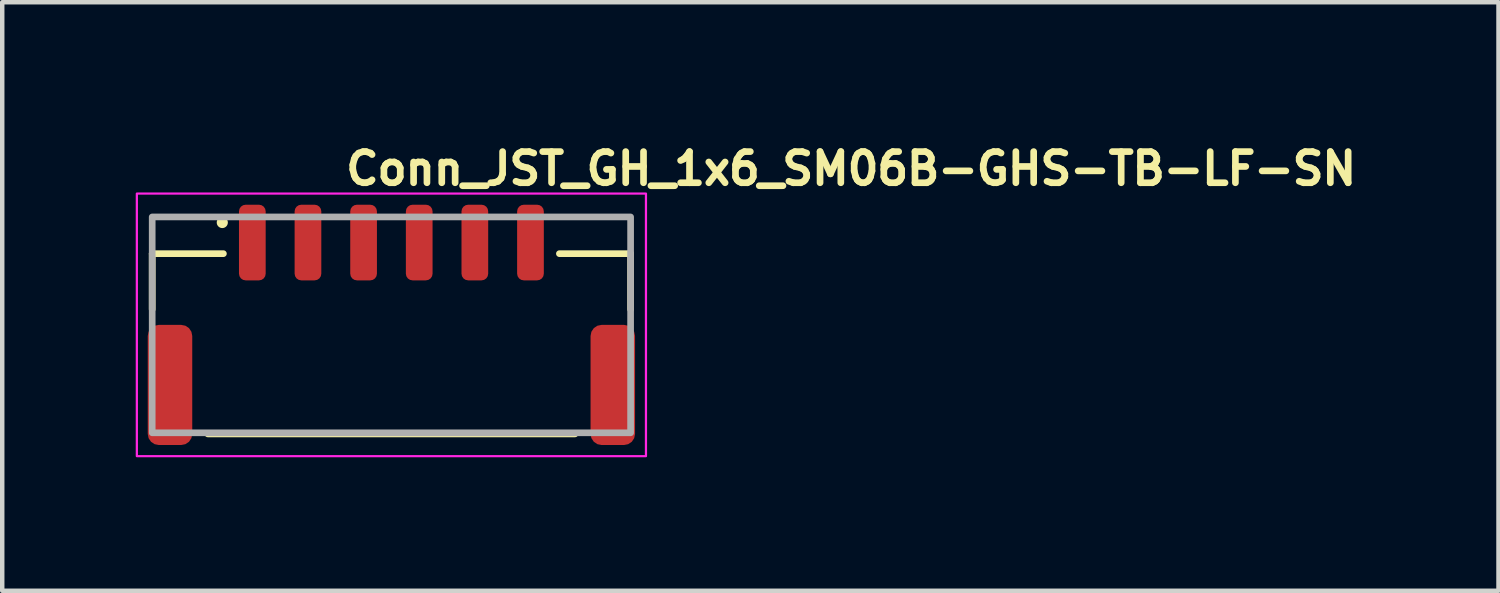
<source format=kicad_pcb>
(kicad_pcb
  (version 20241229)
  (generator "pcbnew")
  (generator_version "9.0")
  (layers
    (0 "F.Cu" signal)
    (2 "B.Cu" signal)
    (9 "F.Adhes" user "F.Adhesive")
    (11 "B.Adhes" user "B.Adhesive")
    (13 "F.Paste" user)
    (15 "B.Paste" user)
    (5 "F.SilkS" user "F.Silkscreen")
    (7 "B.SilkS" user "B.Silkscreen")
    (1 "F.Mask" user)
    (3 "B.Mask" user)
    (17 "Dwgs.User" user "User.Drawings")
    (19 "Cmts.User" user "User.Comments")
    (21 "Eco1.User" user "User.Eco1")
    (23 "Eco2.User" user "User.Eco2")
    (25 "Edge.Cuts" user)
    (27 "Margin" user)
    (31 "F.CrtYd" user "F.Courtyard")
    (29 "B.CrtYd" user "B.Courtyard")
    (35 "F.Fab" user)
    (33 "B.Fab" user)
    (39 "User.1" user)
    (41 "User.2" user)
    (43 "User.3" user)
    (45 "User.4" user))
  (footprint "Conn_JST_GH_1x6_SM06B-GHS-TB-LF-SN"
    (layer "F.Cu")
    (at 5.745 4.25)
    (property "Reference" "Conn_JST_GH_1x6_SM06B-GHS-TB-LF-SN" (at -1.1 -3.1 0) (layer "F.SilkS") (effects (font (size 0.7 0.7) (thickness 0.15)) (justify left bottom)))
    (attr smd)
    (fp_line (start -5.375 -1.6) (end -5.375 -0.35) (stroke (width 0.15) (type solid)) (layer "F.SilkS"))
    (fp_line (start -5.375 -1.6) (end -3.775 -1.6) (stroke (width 0.15) (type solid)) (layer "F.SilkS"))
    (fp_line (start -4.125 2.45) (end 4.125 2.45) (stroke (width 0.15) (type solid)) (layer "F.SilkS"))
    (fp_line (start 5.375 -1.6) (end 3.775 -1.6) (stroke (width 0.15) (type solid)) (layer "F.SilkS"))
    (fp_line (start 5.375 -1.6) (end 5.375 -0.35) (stroke (width 0.15) (type solid)) (layer "F.SilkS"))
    (fp_circle (center -3.8 -2.3) (end -3.75 -2.3) (stroke (width 0.15) (type solid)) (fill yes) (layer "F.SilkS"))
    (fp_rect (start -5.72 -2.95) (end 5.72 2.95) (stroke (width 0.05) (type solid)) (fill no) (layer "F.CrtYd"))
    (fp_rect (start -5.375 -2.425) (end 5.375 2.425) (stroke (width 0.15) (type solid)) (fill no) (layer "F.Fab"))
    (fp_rect (start -5.375 -2.425) (end 5.375 2.425) (stroke (width 0.1) (type solid)) (fill no) (layer "User.5"))
    (fp_line (start -5.375 -1.625) (end -5.375 -0.935) (stroke (width 0.02) (type solid)) (layer "User.9"))
    (fp_line (start -5.375 -0.935) (end -5.375 0.495) (stroke (width 0.02) (type solid)) (layer "User.9"))
    (fp_line (start -5.375 0.495) (end -5.375 2.425) (stroke (width 0.02) (type solid)) (layer "User.9"))
    (fp_line (start -4.875 -1.325) (end -4.875 0.495) (stroke (width 0.02) (type solid)) (layer "User.9"))
    (fp_line (start -4.875 -0.935) (end -5.375 -0.935) (stroke (width 0.02) (type solid)) (layer "User.9"))
    (fp_line (start -4.836 2.425) (end -5.375 2.425) (stroke (width 0.02) (type solid)) (layer "User.9"))
    (fp_line (start -4.836 2.425) (end -4.449 1.755) (stroke (width 0.02) (type solid)) (layer "User.9"))
    (fp_line (start -4.515 -1.625) (end -5.375 -1.625) (stroke (width 0.02) (type solid)) (layer "User.9"))
    (fp_line (start -4.515 -1.625) (end -4.515 0.495) (stroke (width 0.02) (type solid)) (layer "User.9"))
    (fp_line (start -4.515 -1.325) (end -4.875 -1.325) (stroke (width 0.02) (type solid)) (layer "User.9"))
    (fp_line (start -4.515 0.495) (end -5.375 0.495) (stroke (width 0.02) (type solid)) (layer "User.9"))
    (fp_line (start -4.449 1.755) (end -4.063 2.425) (stroke (width 0.02) (type solid)) (layer "User.9"))
    (fp_line (start -4.063 2.425) (end -4.836 2.425) (stroke (width 0.02) (type solid)) (layer "User.9"))
    (fp_line (start -4.063 2.425) (end 5.375 2.425) (stroke (width 0.02) (type solid)) (layer "User.9"))
    (fp_line (start -3.225 -2.425) (end -3.025 -2.425) (stroke (width 0.02) (type solid)) (layer "User.9"))
    (fp_line (start -3.225 -1.925) (end -3.225 -2.425) (stroke (width 0.02) (type solid)) (layer "User.9"))
    (fp_line (start -3.225 -1.925) (end -3.025 -1.925) (stroke (width 0.02) (type solid)) (layer "User.9"))
    (fp_line (start -3.225 -1.891) (end -3.225 -1.925) (stroke (width 0.02) (type solid)) (layer "User.9"))
    (fp_line (start -3.225 -1.858) (end -3.225 -1.891) (stroke (width 0.02) (type solid)) (layer "User.9"))
    (fp_line (start -3.225 -1.826) (end -3.225 -1.858) (stroke (width 0.02) (type solid)) (layer "User.9"))
    (fp_line (start -3.225 -1.795) (end -3.225 -1.826) (stroke (width 0.02) (type solid)) (layer "User.9"))
    (fp_line (start -3.225 -1.765) (end -3.225 -1.795) (stroke (width 0.02) (type solid)) (layer "User.9"))
    (fp_line (start -3.225 -1.738) (end -3.225 -1.765) (stroke (width 0.02) (type solid)) (layer "User.9"))
    (fp_line (start -3.225 -1.713) (end -3.225 -1.738) (stroke (width 0.02) (type solid)) (layer "User.9"))
    (fp_line (start -3.225 -1.69) (end -3.225 -1.713) (stroke (width 0.02) (type solid)) (layer "User.9"))
    (fp_line (start -3.225 -1.671) (end -3.225 -1.69) (stroke (width 0.02) (type solid)) (layer "User.9"))
    (fp_line (start -3.225 -1.655) (end -3.225 -1.671) (stroke (width 0.02) (type solid)) (layer "User.9"))
    (fp_line (start -3.225 -1.642) (end -3.225 -1.655) (stroke (width 0.02) (type solid)) (layer "User.9"))
    (fp_line (start -3.225 -1.633) (end -3.225 -1.642) (stroke (width 0.02) (type solid)) (layer "User.9"))
    (fp_line (start -3.225 -1.627) (end -3.225 -1.633) (stroke (width 0.02) (type solid)) (layer "User.9"))
    (fp_line (start -3.225 -1.625) (end -3.225 -1.627) (stroke (width 0.02) (type solid)) (layer "User.9"))
    (fp_line (start -3.025 -1.925) (end -3.025 -2.425) (stroke (width 0.02) (type solid)) (layer "User.9"))
    (fp_line (start -3.025 -1.925) (end -3.025 -1.891) (stroke (width 0.02) (type solid)) (layer "User.9"))
    (fp_line (start -3.025 -1.891) (end -3.025 -1.858) (stroke (width 0.02) (type solid)) (layer "User.9"))
    (fp_line (start -3.025 -1.858) (end -3.025 -1.826) (stroke (width 0.02) (type solid)) (layer "User.9"))
    (fp_line (start -3.025 -1.826) (end -3.025 -1.795) (stroke (width 0.02) (type solid)) (layer "User.9"))
    (fp_line (start -3.025 -1.795) (end -3.025 -1.765) (stroke (width 0.02) (type solid)) (layer "User.9"))
    (fp_line (start -3.025 -1.765) (end -3.025 -1.738) (stroke (width 0.02) (type solid)) (layer "User.9"))
    (fp_line (start -3.025 -1.738) (end -3.025 -1.713) (stroke (width 0.02) (type solid)) (layer "User.9"))
    (fp_line (start -3.025 -1.713) (end -3.025 -1.69) (stroke (width 0.02) (type solid)) (layer "User.9"))
    (fp_line (start -3.025 -1.69) (end -3.025 -1.671) (stroke (width 0.02) (type solid)) (layer "User.9"))
    (fp_line (start -3.025 -1.671) (end -3.025 -1.655) (stroke (width 0.02) (type solid)) (layer "User.9"))
    (fp_line (start -3.025 -1.655) (end -3.025 -1.642) (stroke (width 0.02) (type solid)) (layer "User.9"))
    (fp_line (start -3.025 -1.642) (end -3.025 -1.633) (stroke (width 0.02) (type solid)) (layer "User.9"))
    (fp_line (start -3.025 -1.633) (end -3.025 -1.627) (stroke (width 0.02) (type solid)) (layer "User.9"))
    (fp_line (start -3.025 -1.627) (end -3.025 -1.625) (stroke (width 0.02) (type solid)) (layer "User.9"))
    (fp_line (start -1.975 -2.425) (end -1.975 -1.925) (stroke (width 0.02) (type solid)) (layer "User.9"))
    (fp_line (start -1.975 -1.925) (end -1.775 -1.925) (stroke (width 0.02) (type solid)) (layer "User.9"))
    (fp_line (start -1.975 -1.891) (end -1.975 -1.925) (stroke (width 0.02) (type solid)) (layer "User.9"))
    (fp_line (start -1.975 -1.858) (end -1.975 -1.891) (stroke (width 0.02) (type solid)) (layer "User.9"))
    (fp_line (start -1.975 -1.826) (end -1.975 -1.858) (stroke (width 0.02) (type solid)) (layer "User.9"))
    (fp_line (start -1.975 -1.795) (end -1.975 -1.826) (stroke (width 0.02) (type solid)) (layer "User.9"))
    (fp_line (start -1.975 -1.765) (end -1.975 -1.795) (stroke (width 0.02) (type solid)) (layer "User.9"))
    (fp_line (start -1.975 -1.738) (end -1.975 -1.765) (stroke (width 0.02) (type solid)) (layer "User.9"))
    (fp_line (start -1.975 -1.713) (end -1.975 -1.738) (stroke (width 0.02) (type solid)) (layer "User.9"))
    (fp_line (start -1.975 -1.69) (end -1.975 -1.713) (stroke (width 0.02) (type solid)) (layer "User.9"))
    (fp_line (start -1.975 -1.671) (end -1.975 -1.69) (stroke (width 0.02) (type solid)) (layer "User.9"))
    (fp_line (start -1.975 -1.655) (end -1.975 -1.671) (stroke (width 0.02) (type solid)) (layer "User.9"))
    (fp_line (start -1.975 -1.642) (end -1.975 -1.655) (stroke (width 0.02) (type solid)) (layer "User.9"))
    (fp_line (start -1.975 -1.633) (end -1.975 -1.642) (stroke (width 0.02) (type solid)) (layer "User.9"))
    (fp_line (start -1.975 -1.627) (end -1.975 -1.633) (stroke (width 0.02) (type solid)) (layer "User.9"))
    (fp_line (start -1.975 -1.625) (end -1.975 -1.627) (stroke (width 0.02) (type solid)) (layer "User.9"))
    (fp_line (start -1.775 -2.425) (end -1.975 -2.425) (stroke (width 0.02) (type solid)) (layer "User.9"))
    (fp_line (start -1.775 -2.425) (end -1.775 -1.925) (stroke (width 0.02) (type solid)) (layer "User.9"))
    (fp_line (start -1.775 -1.925) (end -1.775 -1.891) (stroke (width 0.02) (type solid)) (layer "User.9"))
    (fp_line (start -1.775 -1.891) (end -1.775 -1.858) (stroke (width 0.02) (type solid)) (layer "User.9"))
    (fp_line (start -1.775 -1.858) (end -1.775 -1.826) (stroke (width 0.02) (type solid)) (layer "User.9"))
    (fp_line (start -1.775 -1.826) (end -1.775 -1.795) (stroke (width 0.02) (type solid)) (layer "User.9"))
    (fp_line (start -1.775 -1.795) (end -1.775 -1.765) (stroke (width 0.02) (type solid)) (layer "User.9"))
    (fp_line (start -1.775 -1.765) (end -1.775 -1.738) (stroke (width 0.02) (type solid)) (layer "User.9"))
    (fp_line (start -1.775 -1.738) (end -1.775 -1.713) (stroke (width 0.02) (type solid)) (layer "User.9"))
    (fp_line (start -1.775 -1.713) (end -1.775 -1.69) (stroke (width 0.02) (type solid)) (layer "User.9"))
    (fp_line (start -1.775 -1.69) (end -1.775 -1.671) (stroke (width 0.02) (type solid)) (layer "User.9"))
    (fp_line (start -1.775 -1.671) (end -1.775 -1.655) (stroke (width 0.02) (type solid)) (layer "User.9"))
    (fp_line (start -1.775 -1.655) (end -1.775 -1.642) (stroke (width 0.02) (type solid)) (layer "User.9"))
    (fp_line (start -1.775 -1.642) (end -1.775 -1.633) (stroke (width 0.02) (type solid)) (layer "User.9"))
    (fp_line (start -1.775 -1.633) (end -1.775 -1.627) (stroke (width 0.02) (type solid)) (layer "User.9"))
    (fp_line (start -1.775 -1.627) (end -1.775 -1.625) (stroke (width 0.02) (type solid)) (layer "User.9"))
    (fp_line (start -0.725 -2.425) (end -0.525 -2.425) (stroke (width 0.02) (type solid)) (layer "User.9"))
    (fp_line (start -0.725 -1.925) (end -0.725 -2.425) (stroke (width 0.02) (type solid)) (layer "User.9"))
    (fp_line (start -0.725 -1.925) (end -0.525 -1.925) (stroke (width 0.02) (type solid)) (layer "User.9"))
    (fp_line (start -0.725 -1.891) (end -0.725 -1.925) (stroke (width 0.02) (type solid)) (layer "User.9"))
    (fp_line (start -0.725 -1.858) (end -0.725 -1.891) (stroke (width 0.02) (type solid)) (layer "User.9"))
    (fp_line (start -0.725 -1.826) (end -0.725 -1.858) (stroke (width 0.02) (type solid)) (layer "User.9"))
    (fp_line (start -0.725 -1.795) (end -0.725 -1.826) (stroke (width 0.02) (type solid)) (layer "User.9"))
    (fp_line (start -0.725 -1.765) (end -0.725 -1.795) (stroke (width 0.02) (type solid)) (layer "User.9"))
    (fp_line (start -0.725 -1.738) (end -0.725 -1.765) (stroke (width 0.02) (type solid)) (layer "User.9"))
    (fp_line (start -0.725 -1.713) (end -0.725 -1.738) (stroke (width 0.02) (type solid)) (layer "User.9"))
    (fp_line (start -0.725 -1.69) (end -0.725 -1.713) (stroke (width 0.02) (type solid)) (layer "User.9"))
    (fp_line (start -0.725 -1.671) (end -0.725 -1.69) (stroke (width 0.02) (type solid)) (layer "User.9"))
    (fp_line (start -0.725 -1.655) (end -0.725 -1.671) (stroke (width 0.02) (type solid)) (layer "User.9"))
    (fp_line (start -0.725 -1.642) (end -0.725 -1.655) (stroke (width 0.02) (type solid)) (layer "User.9"))
    (fp_line (start -0.725 -1.633) (end -0.725 -1.642) (stroke (width 0.02) (type solid)) (layer "User.9"))
    (fp_line (start -0.725 -1.627) (end -0.725 -1.633) (stroke (width 0.02) (type solid)) (layer "User.9"))
    (fp_line (start -0.725 -1.625) (end -0.725 -1.627) (stroke (width 0.02) (type solid)) (layer "User.9"))
    (fp_line (start -0.525 -1.925) (end -0.525 -2.425) (stroke (width 0.02) (type solid)) (layer "User.9"))
    (fp_line (start -0.525 -1.925) (end -0.525 -1.891) (stroke (width 0.02) (type solid)) (layer "User.9"))
    (fp_line (start -0.525 -1.891) (end -0.525 -1.858) (stroke (width 0.02) (type solid)) (layer "User.9"))
    (fp_line (start -0.525 -1.858) (end -0.525 -1.826) (stroke (width 0.02) (type solid)) (layer "User.9"))
    (fp_line (start -0.525 -1.826) (end -0.525 -1.795) (stroke (width 0.02) (type solid)) (layer "User.9"))
    (fp_line (start -0.525 -1.795) (end -0.525 -1.765) (stroke (width 0.02) (type solid)) (layer "User.9"))
    (fp_line (start -0.525 -1.765) (end -0.525 -1.738) (stroke (width 0.02) (type solid)) (layer "User.9"))
    (fp_line (start -0.525 -1.738) (end -0.525 -1.713) (stroke (width 0.02) (type solid)) (layer "User.9"))
    (fp_line (start -0.525 -1.713) (end -0.525 -1.69) (stroke (width 0.02) (type solid)) (layer "User.9"))
    (fp_line (start -0.525 -1.69) (end -0.525 -1.671) (stroke (width 0.02) (type solid)) (layer "User.9"))
    (fp_line (start -0.525 -1.671) (end -0.525 -1.655) (stroke (width 0.02) (type solid)) (layer "User.9"))
    (fp_line (start -0.525 -1.655) (end -0.525 -1.642) (stroke (width 0.02) (type solid)) (layer "User.9"))
    (fp_line (start -0.525 -1.642) (end -0.525 -1.633) (stroke (width 0.02) (type solid)) (layer "User.9"))
    (fp_line (start -0.525 -1.633) (end -0.525 -1.627) (stroke (width 0.02) (type solid)) (layer "User.9"))
    (fp_line (start -0.525 -1.627) (end -0.525 -1.625) (stroke (width 0.02) (type solid)) (layer "User.9"))
    (fp_line (start 0.525 -2.425) (end 0.725 -2.425) (stroke (width 0.02) (type solid)) (layer "User.9"))
    (fp_line (start 0.525 -1.925) (end 0.525 -2.425) (stroke (width 0.02) (type solid)) (layer "User.9"))
    (fp_line (start 0.525 -1.925) (end 0.725 -1.925) (stroke (width 0.02) (type solid)) (layer "User.9"))
    (fp_line (start 0.525 -1.891) (end 0.525 -1.925) (stroke (width 0.02) (type solid)) (layer "User.9"))
    (fp_line (start 0.525 -1.858) (end 0.525 -1.891) (stroke (width 0.02) (type solid)) (layer "User.9"))
    (fp_line (start 0.525 -1.826) (end 0.525 -1.858) (stroke (width 0.02) (type solid)) (layer "User.9"))
    (fp_line (start 0.525 -1.795) (end 0.525 -1.826) (stroke (width 0.02) (type solid)) (layer "User.9"))
    (fp_line (start 0.525 -1.765) (end 0.525 -1.795) (stroke (width 0.02) (type solid)) (layer "User.9"))
    (fp_line (start 0.525 -1.738) (end 0.525 -1.765) (stroke (width 0.02) (type solid)) (layer "User.9"))
    (fp_line (start 0.525 -1.713) (end 0.525 -1.738) (stroke (width 0.02) (type solid)) (layer "User.9"))
    (fp_line (start 0.525 -1.69) (end 0.525 -1.713) (stroke (width 0.02) (type solid)) (layer "User.9"))
    (fp_line (start 0.525 -1.671) (end 0.525 -1.69) (stroke (width 0.02) (type solid)) (layer "User.9"))
    (fp_line (start 0.525 -1.655) (end 0.525 -1.671) (stroke (width 0.02) (type solid)) (layer "User.9"))
    (fp_line (start 0.525 -1.642) (end 0.525 -1.655) (stroke (width 0.02) (type solid)) (layer "User.9"))
    (fp_line (start 0.525 -1.633) (end 0.525 -1.642) (stroke (width 0.02) (type solid)) (layer "User.9"))
    (fp_line (start 0.525 -1.627) (end 0.525 -1.633) (stroke (width 0.02) (type solid)) (layer "User.9"))
    (fp_line (start 0.525 -1.625) (end 0.525 -1.627) (stroke (width 0.02) (type solid)) (layer "User.9"))
    (fp_line (start 0.725 -1.925) (end 0.725 -2.425) (stroke (width 0.02) (type solid)) (layer "User.9"))
    (fp_line (start 0.725 -1.925) (end 0.725 -1.891) (stroke (width 0.02) (type solid)) (layer "User.9"))
    (fp_line (start 0.725 -1.891) (end 0.725 -1.858) (stroke (width 0.02) (type solid)) (layer "User.9"))
    (fp_line (start 0.725 -1.858) (end 0.725 -1.826) (stroke (width 0.02) (type solid)) (layer "User.9"))
    (fp_line (start 0.725 -1.826) (end 0.725 -1.795) (stroke (width 0.02) (type solid)) (layer "User.9"))
    (fp_line (start 0.725 -1.795) (end 0.725 -1.765) (stroke (width 0.02) (type solid)) (layer "User.9"))
    (fp_line (start 0.725 -1.765) (end 0.725 -1.738) (stroke (width 0.02) (type solid)) (layer "User.9"))
    (fp_line (start 0.725 -1.738) (end 0.725 -1.713) (stroke (width 0.02) (type solid)) (layer "User.9"))
    (fp_line (start 0.725 -1.713) (end 0.725 -1.69) (stroke (width 0.02) (type solid)) (layer "User.9"))
    (fp_line (start 0.725 -1.69) (end 0.725 -1.671) (stroke (width 0.02) (type solid)) (layer "User.9"))
    (fp_line (start 0.725 -1.671) (end 0.725 -1.655) (stroke (width 0.02) (type solid)) (layer "User.9"))
    (fp_line (start 0.725 -1.655) (end 0.725 -1.642) (stroke (width 0.02) (type solid)) (layer "User.9"))
    (fp_line (start 0.725 -1.642) (end 0.725 -1.633) (stroke (width 0.02) (type solid)) (layer "User.9"))
    (fp_line (start 0.725 -1.633) (end 0.725 -1.627) (stroke (width 0.02) (type solid)) (layer "User.9"))
    (fp_line (start 0.725 -1.627) (end 0.725 -1.625) (stroke (width 0.02) (type solid)) (layer "User.9"))
    (fp_line (start 1.775 -2.425) (end 1.775 -1.925) (stroke (width 0.02) (type solid)) (layer "User.9"))
    (fp_line (start 1.775 -1.925) (end 1.975 -1.925) (stroke (width 0.02) (type solid)) (layer "User.9"))
    (fp_line (start 1.775 -1.891) (end 1.775 -1.925) (stroke (width 0.02) (type solid)) (layer "User.9"))
    (fp_line (start 1.775 -1.858) (end 1.775 -1.891) (stroke (width 0.02) (type solid)) (layer "User.9"))
    (fp_line (start 1.775 -1.826) (end 1.775 -1.858) (stroke (width 0.02) (type solid)) (layer "User.9"))
    (fp_line (start 1.775 -1.795) (end 1.775 -1.826) (stroke (width 0.02) (type solid)) (layer "User.9"))
    (fp_line (start 1.775 -1.765) (end 1.775 -1.795) (stroke (width 0.02) (type solid)) (layer "User.9"))
    (fp_line (start 1.775 -1.738) (end 1.775 -1.765) (stroke (width 0.02) (type solid)) (layer "User.9"))
    (fp_line (start 1.775 -1.713) (end 1.775 -1.738) (stroke (width 0.02) (type solid)) (layer "User.9"))
    (fp_line (start 1.775 -1.69) (end 1.775 -1.713) (stroke (width 0.02) (type solid)) (layer "User.9"))
    (fp_line (start 1.775 -1.671) (end 1.775 -1.69) (stroke (width 0.02) (type solid)) (layer "User.9"))
    (fp_line (start 1.775 -1.655) (end 1.775 -1.671) (stroke (width 0.02) (type solid)) (layer "User.9"))
    (fp_line (start 1.775 -1.642) (end 1.775 -1.655) (stroke (width 0.02) (type solid)) (layer "User.9"))
    (fp_line (start 1.775 -1.633) (end 1.775 -1.642) (stroke (width 0.02) (type solid)) (layer "User.9"))
    (fp_line (start 1.775 -1.627) (end 1.775 -1.633) (stroke (width 0.02) (type solid)) (layer "User.9"))
    (fp_line (start 1.775 -1.625) (end 1.775 -1.627) (stroke (width 0.02) (type solid)) (layer "User.9"))
    (fp_line (start 1.975 -2.425) (end 1.775 -2.425) (stroke (width 0.02) (type solid)) (layer "User.9"))
    (fp_line (start 1.975 -2.425) (end 1.975 -1.925) (stroke (width 0.02) (type solid)) (layer "User.9"))
    (fp_line (start 1.975 -1.925) (end 1.975 -1.891) (stroke (width 0.02) (type solid)) (layer "User.9"))
    (fp_line (start 1.975 -1.891) (end 1.975 -1.858) (stroke (width 0.02) (type solid)) (layer "User.9"))
    (fp_line (start 1.975 -1.858) (end 1.975 -1.826) (stroke (width 0.02) (type solid)) (layer "User.9"))
    (fp_line (start 1.975 -1.826) (end 1.975 -1.795) (stroke (width 0.02) (type solid)) (layer "User.9"))
    (fp_line (start 1.975 -1.795) (end 1.975 -1.765) (stroke (width 0.02) (type solid)) (layer "User.9"))
    (fp_line (start 1.975 -1.765) (end 1.975 -1.738) (stroke (width 0.02) (type solid)) (layer "User.9"))
    (fp_line (start 1.975 -1.738) (end 1.975 -1.713) (stroke (width 0.02) (type solid)) (layer "User.9"))
    (fp_line (start 1.975 -1.713) (end 1.975 -1.69) (stroke (width 0.02) (type solid)) (layer "User.9"))
    (fp_line (start 1.975 -1.69) (end 1.975 -1.671) (stroke (width 0.02) (type solid)) (layer "User.9"))
    (fp_line (start 1.975 -1.671) (end 1.975 -1.655) (stroke (width 0.02) (type solid)) (layer "User.9"))
    (fp_line (start 1.975 -1.655) (end 1.975 -1.642) (stroke (width 0.02) (type solid)) (layer "User.9"))
    (fp_line (start 1.975 -1.642) (end 1.975 -1.633) (stroke (width 0.02) (type solid)) (layer "User.9"))
    (fp_line (start 1.975 -1.633) (end 1.975 -1.627) (stroke (width 0.02) (type solid)) (layer "User.9"))
    (fp_line (start 1.975 -1.627) (end 1.975 -1.625) (stroke (width 0.02) (type solid)) (layer "User.9"))
    (fp_line (start 3.025 -2.425) (end 3.225 -2.425) (stroke (width 0.02) (type solid)) (layer "User.9"))
    (fp_line (start 3.025 -1.925) (end 3.025 -2.425) (stroke (width 0.02) (type solid)) (layer "User.9"))
    (fp_line (start 3.025 -1.925) (end 3.225 -1.925) (stroke (width 0.02) (type solid)) (layer "User.9"))
    (fp_line (start 3.025 -1.891) (end 3.025 -1.925) (stroke (width 0.02) (type solid)) (layer "User.9"))
    (fp_line (start 3.025 -1.858) (end 3.025 -1.891) (stroke (width 0.02) (type solid)) (layer "User.9"))
    (fp_line (start 3.025 -1.826) (end 3.025 -1.858) (stroke (width 0.02) (type solid)) (layer "User.9"))
    (fp_line (start 3.025 -1.795) (end 3.025 -1.826) (stroke (width 0.02) (type solid)) (layer "User.9"))
    (fp_line (start 3.025 -1.765) (end 3.025 -1.795) (stroke (width 0.02) (type solid)) (layer "User.9"))
    (fp_line (start 3.025 -1.738) (end 3.025 -1.765) (stroke (width 0.02) (type solid)) (layer "User.9"))
    (fp_line (start 3.025 -1.713) (end 3.025 -1.738) (stroke (width 0.02) (type solid)) (layer "User.9"))
    (fp_line (start 3.025 -1.69) (end 3.025 -1.713) (stroke (width 0.02) (type solid)) (layer "User.9"))
    (fp_line (start 3.025 -1.671) (end 3.025 -1.69) (stroke (width 0.02) (type solid)) (layer "User.9"))
    (fp_line (start 3.025 -1.655) (end 3.025 -1.671) (stroke (width 0.02) (type solid)) (layer "User.9"))
    (fp_line (start 3.025 -1.642) (end 3.025 -1.655) (stroke (width 0.02) (type solid)) (layer "User.9"))
    (fp_line (start 3.025 -1.633) (end 3.025 -1.642) (stroke (width 0.02) (type solid)) (layer "User.9"))
    (fp_line (start 3.025 -1.627) (end 3.025 -1.633) (stroke (width 0.02) (type solid)) (layer "User.9"))
    (fp_line (start 3.025 -1.625) (end 3.025 -1.627) (stroke (width 0.02) (type solid)) (layer "User.9"))
    (fp_line (start 3.225 -1.925) (end 3.225 -2.425) (stroke (width 0.02) (type solid)) (layer "User.9"))
    (fp_line (start 3.225 -1.925) (end 3.225 -1.891) (stroke (width 0.02) (type solid)) (layer "User.9"))
    (fp_line (start 3.225 -1.891) (end 3.225 -1.858) (stroke (width 0.02) (type solid)) (layer "User.9"))
    (fp_line (start 3.225 -1.858) (end 3.225 -1.826) (stroke (width 0.02) (type solid)) (layer "User.9"))
    (fp_line (start 3.225 -1.826) (end 3.225 -1.795) (stroke (width 0.02) (type solid)) (layer "User.9"))
    (fp_line (start 3.225 -1.795) (end 3.225 -1.765) (stroke (width 0.02) (type solid)) (layer "User.9"))
    (fp_line (start 3.225 -1.765) (end 3.225 -1.738) (stroke (width 0.02) (type solid)) (layer "User.9"))
    (fp_line (start 3.225 -1.738) (end 3.225 -1.713) (stroke (width 0.02) (type solid)) (layer "User.9"))
    (fp_line (start 3.225 -1.713) (end 3.225 -1.69) (stroke (width 0.02) (type solid)) (layer "User.9"))
    (fp_line (start 3.225 -1.69) (end 3.225 -1.671) (stroke (width 0.02) (type solid)) (layer "User.9"))
    (fp_line (start 3.225 -1.671) (end 3.225 -1.655) (stroke (width 0.02) (type solid)) (layer "User.9"))
    (fp_line (start 3.225 -1.655) (end 3.225 -1.642) (stroke (width 0.02) (type solid)) (layer "User.9"))
    (fp_line (start 3.225 -1.642) (end 3.225 -1.633) (stroke (width 0.02) (type solid)) (layer "User.9"))
    (fp_line (start 3.225 -1.633) (end 3.225 -1.627) (stroke (width 0.02) (type solid)) (layer "User.9"))
    (fp_line (start 3.225 -1.627) (end 3.225 -1.625) (stroke (width 0.02) (type solid)) (layer "User.9"))
    (fp_line (start 4.515 -1.625) (end -4.515 -1.625) (stroke (width 0.02) (type solid)) (layer "User.9"))
    (fp_line (start 4.515 -1.325) (end 4.875 -1.325) (stroke (width 0.02) (type solid)) (layer "User.9"))
    (fp_line (start 4.515 0.495) (end 4.515 -1.625) (stroke (width 0.02) (type solid)) (layer "User.9"))
    (fp_line (start 4.875 -1.325) (end 4.875 0.495) (stroke (width 0.02) (type solid)) (layer "User.9"))
    (fp_line (start 4.875 -0.935) (end 5.375 -0.935) (stroke (width 0.02) (type solid)) (layer "User.9"))
    (fp_line (start 5.375 -1.625) (end 4.515 -1.625) (stroke (width 0.02) (type solid)) (layer "User.9"))
    (fp_line (start 5.375 -1.625) (end 5.375 -0.935) (stroke (width 0.02) (type solid)) (layer "User.9"))
    (fp_line (start 5.375 -0.935) (end 5.375 0.495) (stroke (width 0.02) (type solid)) (layer "User.9"))
    (fp_line (start 5.375 0.495) (end 4.515 0.495) (stroke (width 0.02) (type solid)) (layer "User.9"))
    (fp_line (start 5.375 2.425) (end 5.375 0.495) (stroke (width 0.02) (type solid)) (layer "User.9"))
    (pad "1" smd roundrect (at -3.125 -1.85 180) (size 0.6 1.7) (layers "F.Cu" "F.Mask" "F.Paste") (roundrect_rratio 0.25))
    (pad "2" smd roundrect (at -1.875 -1.85 180) (size 0.6 1.7) (layers "F.Cu" "F.Mask" "F.Paste") (roundrect_rratio 0.25))
    (pad "3" smd roundrect (at -0.625 -1.85 180) (size 0.6 1.7) (layers "F.Cu" "F.Mask" "F.Paste") (roundrect_rratio 0.25))
    (pad "4" smd roundrect (at 0.625 -1.85 180) (size 0.6 1.7) (layers "F.Cu" "F.Mask" "F.Paste") (roundrect_rratio 0.25))
    (pad "5" smd roundrect (at 1.875 -1.85 180) (size 0.6 1.7) (layers "F.Cu" "F.Mask" "F.Paste") (roundrect_rratio 0.25))
    (pad "6" smd roundrect (at 3.125 -1.85 180) (size 0.6 1.7) (layers "F.Cu" "F.Mask" "F.Paste") (roundrect_rratio 0.25))
    (pad "MP" smd roundrect (at -4.975 1.35 180) (size 1 2.7) (layers "F.Cu" "F.Mask" "F.Paste") (roundrect_rratio 0.25))
    (pad "MP" smd roundrect (at 4.975 1.35 180) (size 1 2.7) (layers "F.Cu" "F.Mask" "F.Paste") (roundrect_rratio 0.25)))
  (gr_rect
    (start -3 -3)
    (end 30.622 10.225)
    (stroke (width 0.1) (type default))
    (fill no)
    (layer "Edge.Cuts")))
</source>
